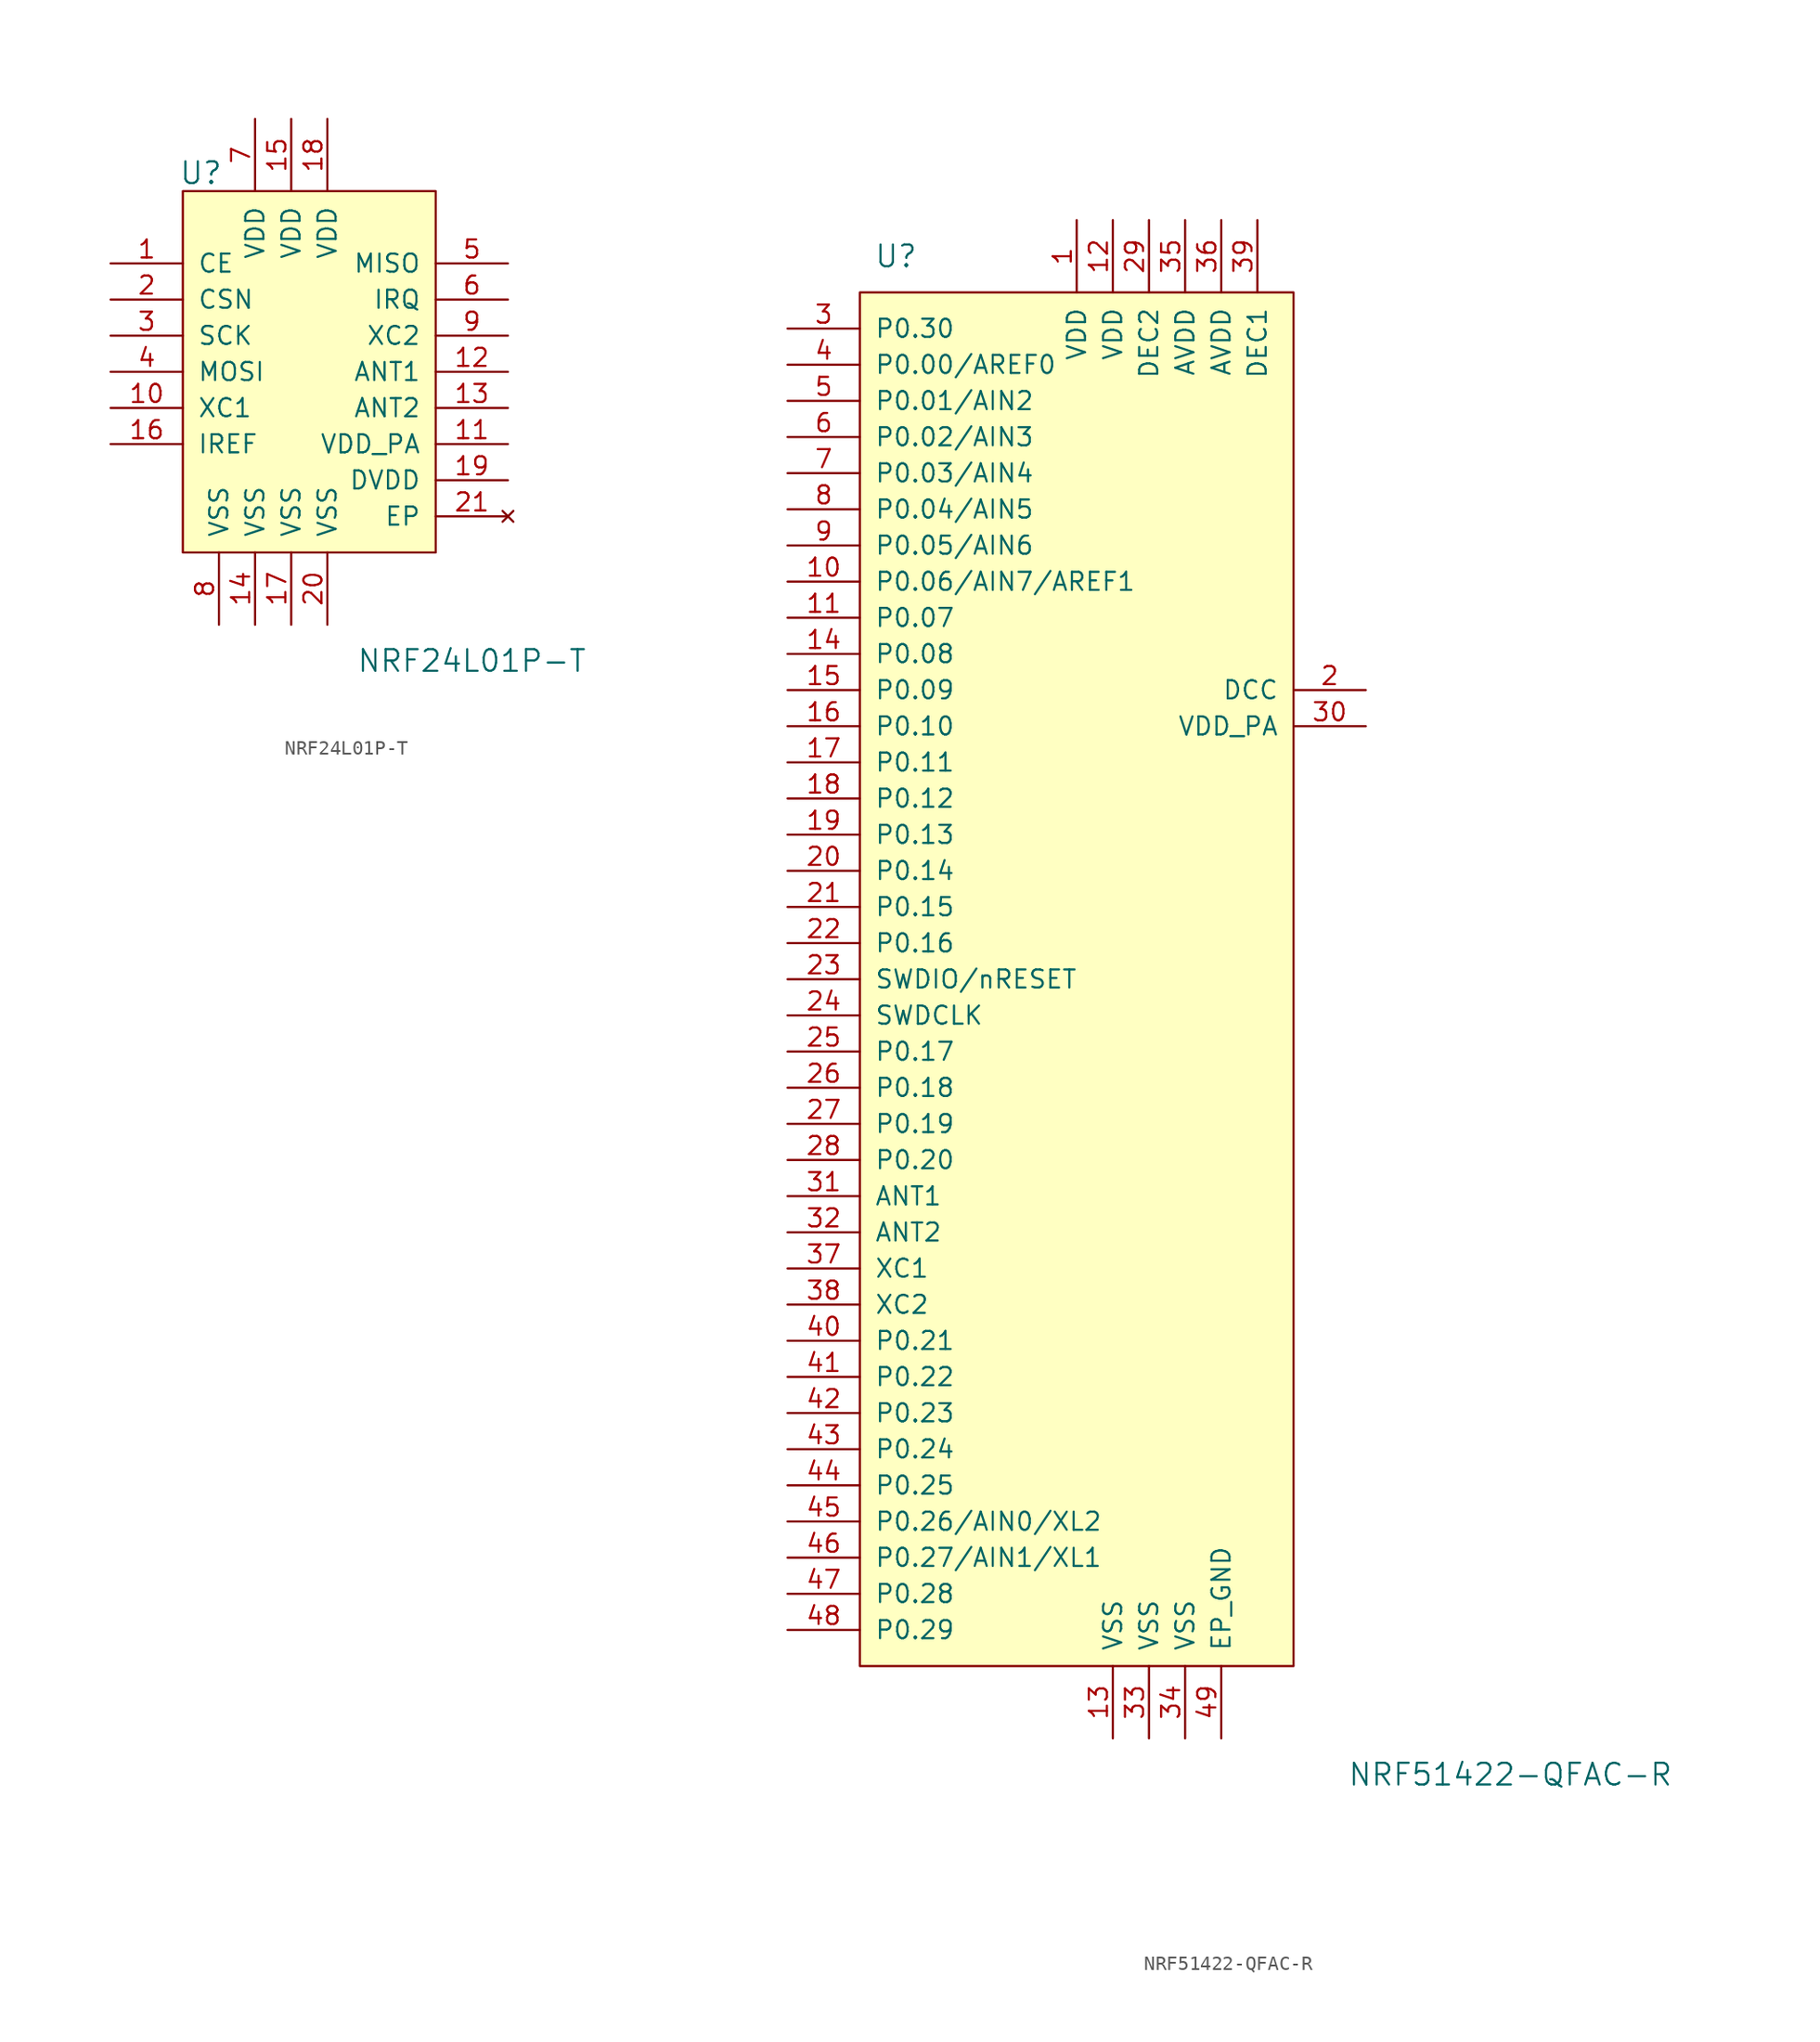
<source format=kicad_sym>
(kicad_symbol_lib
  (version 20211014)
  (generator kicad_symbol_editor)
  (symbol "NRF24L01P-T"
    (pin_names
      (offset 1.016))
    (property "Reference" "U"
      (at -3.81 11.43 0)
      (effects (font (size 1.524 1.524))))
    (property "Value" "NRF24L01P-T"
      (at 15.24 -22.86 0)
      (effects (font (size 1.524 1.524))))
    (symbol "NRF24L01P-T_0_1"
      (rectangle (start -5.08 10.16) (end 12.7 -15.24) (stroke (width 0) (type default) (color 0 0 0 0)) (fill (type background))))
    (symbol "NRF24L01P-T_1_1"
      (pin input line (at -10.16 5.08 0) (length 5.08) (name "CE" (effects (font (size 1.27 1.27)))) (number "1" (effects (font (size 1.27 1.27)))))
      (pin input line (at -10.16 -5.08 0) (length 5.08) (name "XC1" (effects (font (size 1.27 1.27)))) (number "10" (effects (font (size 1.27 1.27)))))
      (pin power_out line (at 17.78 -7.62 180) (length 5.08) (name "VDD_PA" (effects (font (size 1.27 1.27)))) (number "11" (effects (font (size 1.27 1.27)))))
      (pin output line (at 17.78 -2.54 180) (length 5.08) (name "ANT1" (effects (font (size 1.27 1.27)))) (number "12" (effects (font (size 1.27 1.27)))))
      (pin output line (at 17.78 -5.08 180) (length 5.08) (name "ANT2" (effects (font (size 1.27 1.27)))) (number "13" (effects (font (size 1.27 1.27)))))
      (pin power_in line (at 0 -20.32 90) (length 5.08) (name "VSS" (effects (font (size 1.27 1.27)))) (number "14" (effects (font (size 1.27 1.27)))))
      (pin power_in line (at 2.54 15.24 270) (length 5.08) (name "VDD" (effects (font (size 1.27 1.27)))) (number "15" (effects (font (size 1.27 1.27)))))
      (pin input line (at -10.16 -7.62 0) (length 5.08) (name "IREF" (effects (font (size 1.27 1.27)))) (number "16" (effects (font (size 1.27 1.27)))))
      (pin power_in line (at 2.54 -20.32 90) (length 5.08) (name "VSS" (effects (font (size 1.27 1.27)))) (number "17" (effects (font (size 1.27 1.27)))))
      (pin power_in line (at 5.08 15.24 270) (length 5.08) (name "VDD" (effects (font (size 1.27 1.27)))) (number "18" (effects (font (size 1.27 1.27)))))
      (pin power_out line (at 17.78 -10.16 180) (length 5.08) (name "DVDD" (effects (font (size 1.27 1.27)))) (number "19" (effects (font (size 1.27 1.27)))))
      (pin input line (at -10.16 2.54 0) (length 5.08) (name "CSN" (effects (font (size 1.27 1.27)))) (number "2" (effects (font (size 1.27 1.27)))))
      (pin power_in line (at 5.08 -20.32 90) (length 5.08) (name "VSS" (effects (font (size 1.27 1.27)))) (number "20" (effects (font (size 1.27 1.27)))))
      (pin no_connect line (at 17.78 -12.7 180) (length 5.08) (name "EP" (effects (font (size 1.27 1.27)))) (number "21" (effects (font (size 1.27 1.27)))))
      (pin input line (at -10.16 0 0) (length 5.08) (name "SCK" (effects (font (size 1.27 1.27)))) (number "3" (effects (font (size 1.27 1.27)))))
      (pin input line (at -10.16 -2.54 0) (length 5.08) (name "MOSI" (effects (font (size 1.27 1.27)))) (number "4" (effects (font (size 1.27 1.27)))))
      (pin output line (at 17.78 5.08 180) (length 5.08) (name "MISO" (effects (font (size 1.27 1.27)))) (number "5" (effects (font (size 1.27 1.27)))))
      (pin output line (at 17.78 2.54 180) (length 5.08) (name "IRQ" (effects (font (size 1.27 1.27)))) (number "6" (effects (font (size 1.27 1.27)))))
      (pin power_in line (at 0 15.24 270) (length 5.08) (name "VDD" (effects (font (size 1.27 1.27)))) (number "7" (effects (font (size 1.27 1.27)))))
      (pin power_in line (at -2.54 -20.32 90) (length 5.08) (name "VSS" (effects (font (size 1.27 1.27)))) (number "8" (effects (font (size 1.27 1.27)))))
      (pin output line (at 17.78 0 180) (length 5.08) (name "XC2" (effects (font (size 1.27 1.27)))) (number "9" (effects (font (size 1.27 1.27)))))))
  (symbol "NRF51422-QFAC-R"
    (pin_names
      (offset 1.016))
    (property "Reference" "U"
      (at -17.78 45.72 0)
      (effects (font (size 1.524 1.524))))
    (property "Value" "NRF51422-QFAC-R"
      (at 25.4 -60.96 0)
      (effects (font (size 1.524 1.524))))
    (symbol "NRF51422-QFAC-R_0_1"
      (rectangle (start -20.32 43.18) (end 10.16 -53.34) (stroke (width 0) (type default) (color 0 0 0 0)) (fill (type background))))
    (symbol "NRF51422-QFAC-R_1_1"
      (pin power_in line (at -5.08 48.26 270) (length 5.08) (name "VDD" (effects (font (size 1.27 1.27)))) (number "1" (effects (font (size 1.27 1.27)))))
      (pin bidirectional line (at -25.4 22.86 0) (length 5.08) (name "P0.06/AIN7/AREF1" (effects (font (size 1.27 1.27)))) (number "10" (effects (font (size 1.27 1.27)))))
      (pin bidirectional line (at -25.4 20.32 0) (length 5.08) (name "P0.07" (effects (font (size 1.27 1.27)))) (number "11" (effects (font (size 1.27 1.27)))))
      (pin power_in line (at -2.54 48.26 270) (length 5.08) (name "VDD" (effects (font (size 1.27 1.27)))) (number "12" (effects (font (size 1.27 1.27)))))
      (pin power_in line (at -2.54 -58.42 90) (length 5.08) (name "VSS" (effects (font (size 1.27 1.27)))) (number "13" (effects (font (size 1.27 1.27)))))
      (pin bidirectional line (at -25.4 17.78 0) (length 5.08) (name "P0.08" (effects (font (size 1.27 1.27)))) (number "14" (effects (font (size 1.27 1.27)))))
      (pin bidirectional line (at -25.4 15.24 0) (length 5.08) (name "P0.09" (effects (font (size 1.27 1.27)))) (number "15" (effects (font (size 1.27 1.27)))))
      (pin bidirectional line (at -25.4 12.7 0) (length 5.08) (name "P0.10" (effects (font (size 1.27 1.27)))) (number "16" (effects (font (size 1.27 1.27)))))
      (pin bidirectional line (at -25.4 10.16 0) (length 5.08) (name "P0.11" (effects (font (size 1.27 1.27)))) (number "17" (effects (font (size 1.27 1.27)))))
      (pin bidirectional line (at -25.4 7.62 0) (length 5.08) (name "P0.12" (effects (font (size 1.27 1.27)))) (number "18" (effects (font (size 1.27 1.27)))))
      (pin bidirectional line (at -25.4 5.08 0) (length 5.08) (name "P0.13" (effects (font (size 1.27 1.27)))) (number "19" (effects (font (size 1.27 1.27)))))
      (pin power_out line (at 15.24 15.24 180) (length 5.08) (name "DCC" (effects (font (size 1.27 1.27)))) (number "2" (effects (font (size 1.27 1.27)))))
      (pin bidirectional line (at -25.4 2.54 0) (length 5.08) (name "P0.14" (effects (font (size 1.27 1.27)))) (number "20" (effects (font (size 1.27 1.27)))))
      (pin bidirectional line (at -25.4 0 0) (length 5.08) (name "P0.15" (effects (font (size 1.27 1.27)))) (number "21" (effects (font (size 1.27 1.27)))))
      (pin bidirectional line (at -25.4 -2.54 0) (length 5.08) (name "P0.16" (effects (font (size 1.27 1.27)))) (number "22" (effects (font (size 1.27 1.27)))))
      (pin bidirectional line (at -25.4 -5.08 0) (length 5.08) (name "SWDIO/nRESET" (effects (font (size 1.27 1.27)))) (number "23" (effects (font (size 1.27 1.27)))))
      (pin input line (at -25.4 -7.62 0) (length 5.08) (name "SWDCLK" (effects (font (size 1.27 1.27)))) (number "24" (effects (font (size 1.27 1.27)))))
      (pin bidirectional line (at -25.4 -10.16 0) (length 5.08) (name "P0.17" (effects (font (size 1.27 1.27)))) (number "25" (effects (font (size 1.27 1.27)))))
      (pin bidirectional line (at -25.4 -12.7 0) (length 5.08) (name "P0.18" (effects (font (size 1.27 1.27)))) (number "26" (effects (font (size 1.27 1.27)))))
      (pin bidirectional line (at -25.4 -15.24 0) (length 5.08) (name "P0.19" (effects (font (size 1.27 1.27)))) (number "27" (effects (font (size 1.27 1.27)))))
      (pin bidirectional line (at -25.4 -17.78 0) (length 5.08) (name "P0.20" (effects (font (size 1.27 1.27)))) (number "28" (effects (font (size 1.27 1.27)))))
      (pin power_in line (at 0 48.26 270) (length 5.08) (name "DEC2" (effects (font (size 1.27 1.27)))) (number "29" (effects (font (size 1.27 1.27)))))
      (pin bidirectional line (at -25.4 40.64 0) (length 5.08) (name "P0.30" (effects (font (size 1.27 1.27)))) (number "3" (effects (font (size 1.27 1.27)))))
      (pin power_out line (at 15.24 12.7 180) (length 5.08) (name "VDD_PA" (effects (font (size 1.27 1.27)))) (number "30" (effects (font (size 1.27 1.27)))))
      (pin input line (at -25.4 -20.32 0) (length 5.08) (name "ANT1" (effects (font (size 1.27 1.27)))) (number "31" (effects (font (size 1.27 1.27)))))
      (pin input line (at -25.4 -22.86 0) (length 5.08) (name "ANT2" (effects (font (size 1.27 1.27)))) (number "32" (effects (font (size 1.27 1.27)))))
      (pin power_in line (at 0 -58.42 90) (length 5.08) (name "VSS" (effects (font (size 1.27 1.27)))) (number "33" (effects (font (size 1.27 1.27)))))
      (pin power_in line (at 2.54 -58.42 90) (length 5.08) (name "VSS" (effects (font (size 1.27 1.27)))) (number "34" (effects (font (size 1.27 1.27)))))
      (pin power_in line (at 2.54 48.26 270) (length 5.08) (name "AVDD" (effects (font (size 1.27 1.27)))) (number "35" (effects (font (size 1.27 1.27)))))
      (pin power_in line (at 5.08 48.26 270) (length 5.08) (name "AVDD" (effects (font (size 1.27 1.27)))) (number "36" (effects (font (size 1.27 1.27)))))
      (pin input line (at -25.4 -25.4 0) (length 5.08) (name "XC1" (effects (font (size 1.27 1.27)))) (number "37" (effects (font (size 1.27 1.27)))))
      (pin input line (at -25.4 -27.94 0) (length 5.08) (name "XC2" (effects (font (size 1.27 1.27)))) (number "38" (effects (font (size 1.27 1.27)))))
      (pin power_in line (at 7.62 48.26 270) (length 5.08) (name "DEC1" (effects (font (size 1.27 1.27)))) (number "39" (effects (font (size 1.27 1.27)))))
      (pin bidirectional line (at -25.4 38.1 0) (length 5.08) (name "P0.00/AREF0" (effects (font (size 1.27 1.27)))) (number "4" (effects (font (size 1.27 1.27)))))
      (pin bidirectional line (at -25.4 -30.48 0) (length 5.08) (name "P0.21" (effects (font (size 1.27 1.27)))) (number "40" (effects (font (size 1.27 1.27)))))
      (pin bidirectional line (at -25.4 -33.02 0) (length 5.08) (name "P0.22" (effects (font (size 1.27 1.27)))) (number "41" (effects (font (size 1.27 1.27)))))
      (pin bidirectional line (at -25.4 -35.56 0) (length 5.08) (name "P0.23" (effects (font (size 1.27 1.27)))) (number "42" (effects (font (size 1.27 1.27)))))
      (pin bidirectional line (at -25.4 -38.1 0) (length 5.08) (name "P0.24" (effects (font (size 1.27 1.27)))) (number "43" (effects (font (size 1.27 1.27)))))
      (pin bidirectional line (at -25.4 -40.64 0) (length 5.08) (name "P0.25" (effects (font (size 1.27 1.27)))) (number "44" (effects (font (size 1.27 1.27)))))
      (pin bidirectional line (at -25.4 -43.18 0) (length 5.08) (name "P0.26/AIN0/XL2" (effects (font (size 1.27 1.27)))) (number "45" (effects (font (size 1.27 1.27)))))
      (pin bidirectional line (at -25.4 -45.72 0) (length 5.08) (name "P0.27/AIN1/XL1" (effects (font (size 1.27 1.27)))) (number "46" (effects (font (size 1.27 1.27)))))
      (pin bidirectional line (at -25.4 -48.26 0) (length 5.08) (name "P0.28" (effects (font (size 1.27 1.27)))) (number "47" (effects (font (size 1.27 1.27)))))
      (pin bidirectional line (at -25.4 -50.8 0) (length 5.08) (name "P0.29" (effects (font (size 1.27 1.27)))) (number "48" (effects (font (size 1.27 1.27)))))
      (pin power_in line (at 5.08 -58.42 90) (length 5.08) (name "EP_GND" (effects (font (size 1.27 1.27)))) (number "49" (effects (font (size 1.27 1.27)))))
      (pin bidirectional line (at -25.4 35.56 0) (length 5.08) (name "P0.01/AIN2" (effects (font (size 1.27 1.27)))) (number "5" (effects (font (size 1.27 1.27)))))
      (pin bidirectional line (at -25.4 33.02 0) (length 5.08) (name "P0.02/AIN3" (effects (font (size 1.27 1.27)))) (number "6" (effects (font (size 1.27 1.27)))))
      (pin bidirectional line (at -25.4 30.48 0) (length 5.08) (name "P0.03/AIN4" (effects (font (size 1.27 1.27)))) (number "7" (effects (font (size 1.27 1.27)))))
      (pin bidirectional line (at -25.4 27.94 0) (length 5.08) (name "P0.04/AIN5" (effects (font (size 1.27 1.27)))) (number "8" (effects (font (size 1.27 1.27)))))
      (pin bidirectional line (at -25.4 25.4 0) (length 5.08) (name "P0.05/AIN6" (effects (font (size 1.27 1.27)))) (number "9" (effects (font (size 1.27 1.27))))))))
</source>
